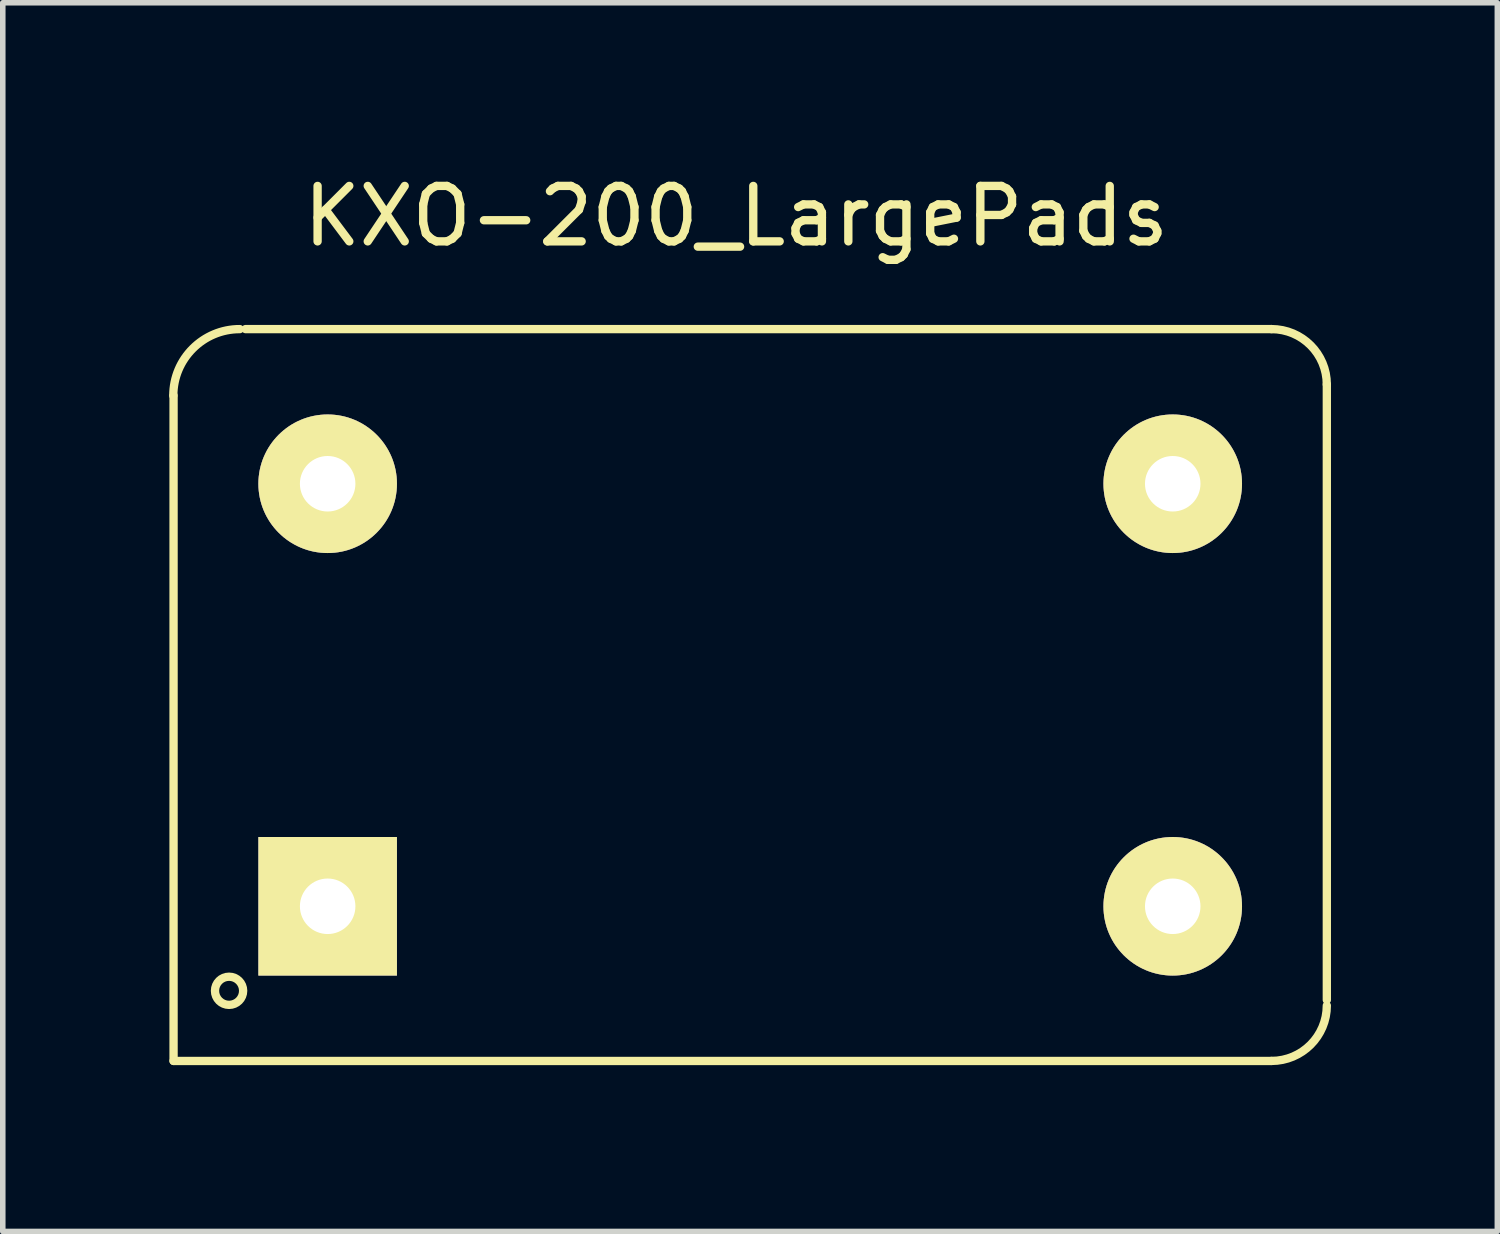
<source format=kicad_pcb>
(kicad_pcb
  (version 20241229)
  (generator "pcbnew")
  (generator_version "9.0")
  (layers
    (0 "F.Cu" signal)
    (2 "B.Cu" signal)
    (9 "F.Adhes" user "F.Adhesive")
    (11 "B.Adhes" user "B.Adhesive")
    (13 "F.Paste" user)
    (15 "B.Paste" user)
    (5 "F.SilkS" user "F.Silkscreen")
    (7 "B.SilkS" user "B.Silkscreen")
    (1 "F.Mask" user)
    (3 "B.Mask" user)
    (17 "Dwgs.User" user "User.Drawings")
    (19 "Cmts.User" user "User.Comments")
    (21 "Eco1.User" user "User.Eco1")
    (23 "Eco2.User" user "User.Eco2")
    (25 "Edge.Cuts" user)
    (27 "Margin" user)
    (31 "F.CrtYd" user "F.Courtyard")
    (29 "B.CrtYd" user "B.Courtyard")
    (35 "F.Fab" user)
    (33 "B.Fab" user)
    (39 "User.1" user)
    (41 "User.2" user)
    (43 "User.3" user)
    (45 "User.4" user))
  (footprint "KXO-200_LargePads"
    (layer "F.Cu")
    (at 10.479 9.484)
    (property "Reference" "KXO-200_LargePads" (at -0.254 -8.636 0) (layer "F.SilkS") (effects (font (size 1 1) (thickness 0.15))))
    (attr through_hole)
    (fp_line (start -10.399 -5.4) (end -10.399 6.599) (stroke (width 0.15) (type solid)) (layer "F.SilkS"))
    (fp_line (start -9.101 -6.599) (end 9.401 -6.599) (stroke (width 0.15) (type solid)) (layer "F.SilkS"))
    (fp_line (start 9.401 6.599) (end -10.399 6.599) (stroke (width 0.15) (type solid)) (layer "F.SilkS"))
    (fp_line (start 10.399 -5.601) (end 10.399 5.499) (stroke (width 0.15) (type solid)) (layer "F.SilkS"))
    (fp_arc (start -10.40384 -5.40004) (mid -10.052696 -6.247776) (end -9.20496 -6.59892) (stroke (width 0.15) (type solid)) (layer "F.SilkS"))
    (fp_arc (start 9.40054 -6.59892) (mid 10.106388 -6.306548) (end 10.39876 -5.6007) (stroke (width 0.15) (type solid)) (layer "F.SilkS"))
    (fp_arc (start 10.39876 5.6007) (mid 10.106388 6.306548) (end 9.40054 6.59892) (stroke (width 0.15) (type solid)) (layer "F.SilkS"))
    (fp_circle (center -9.398 5.334) (end -9.398 5.588) (stroke (width 0.15) (type solid)) (fill no) (layer "F.SilkS"))
    (pad "1" thru_hole rect (at -7.62 3.81) (size 2.499 2.499) (drill 1.001) (layers "*.Cu" "*.Mask" "F.SilkS"))
    (pad "7" thru_hole circle (at 7.62 3.81) (size 2.499 2.499) (drill 1.001) (layers "*.Cu" "*.Mask" "F.SilkS"))
    (pad "8" thru_hole circle (at 7.62 -3.81) (size 2.499 2.499) (drill 1.001) (layers "*.Cu" "*.Mask" "F.SilkS"))
    (pad "14" thru_hole circle (at -7.62 -3.81) (size 2.499 2.499) (drill 1.001) (layers "*.Cu" "*.Mask" "F.SilkS")))
  (gr_rect
    (start -3 -3)
    (end 23.953 19.158)
    (stroke (width 0.1) (type default))
    (fill no)
    (layer "Edge.Cuts")))
</source>
